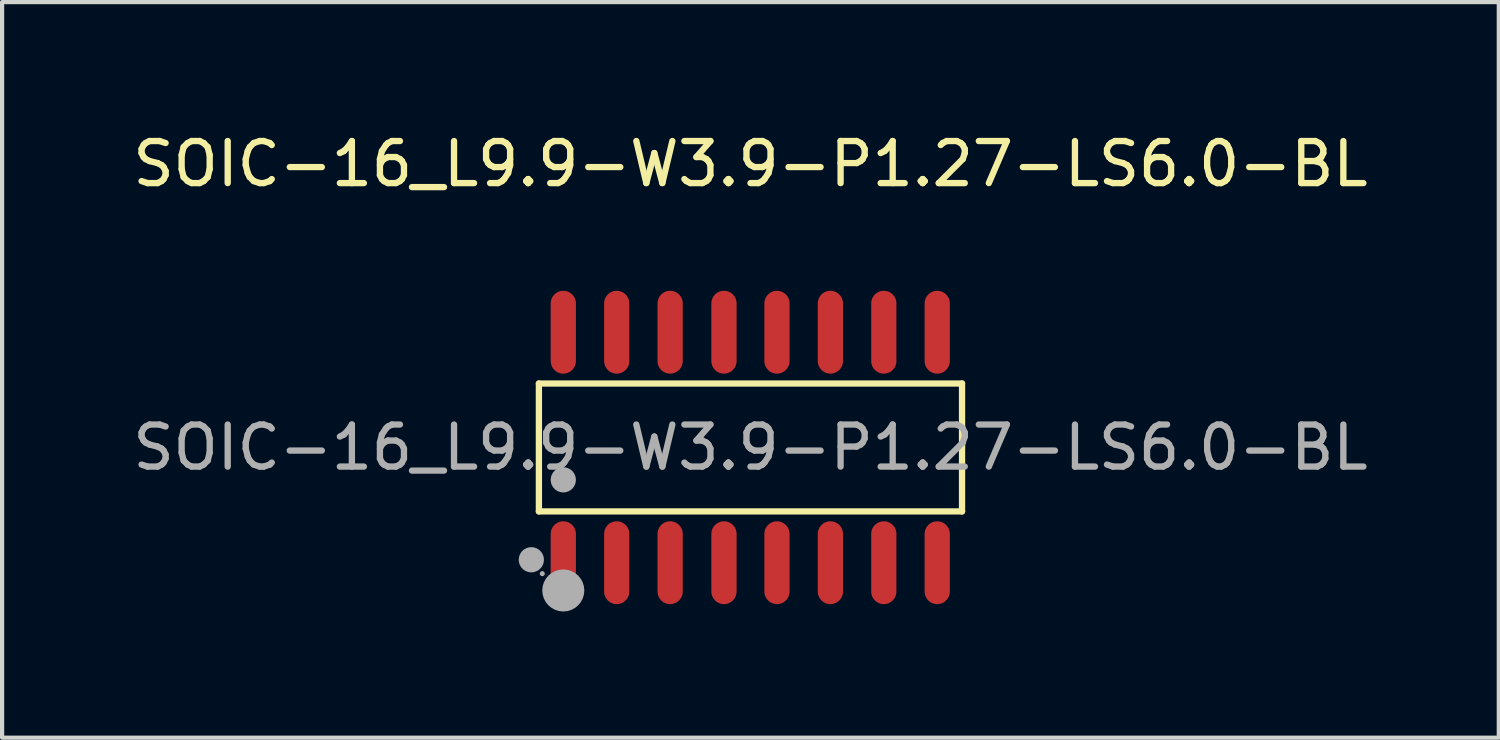
<source format=kicad_pcb>
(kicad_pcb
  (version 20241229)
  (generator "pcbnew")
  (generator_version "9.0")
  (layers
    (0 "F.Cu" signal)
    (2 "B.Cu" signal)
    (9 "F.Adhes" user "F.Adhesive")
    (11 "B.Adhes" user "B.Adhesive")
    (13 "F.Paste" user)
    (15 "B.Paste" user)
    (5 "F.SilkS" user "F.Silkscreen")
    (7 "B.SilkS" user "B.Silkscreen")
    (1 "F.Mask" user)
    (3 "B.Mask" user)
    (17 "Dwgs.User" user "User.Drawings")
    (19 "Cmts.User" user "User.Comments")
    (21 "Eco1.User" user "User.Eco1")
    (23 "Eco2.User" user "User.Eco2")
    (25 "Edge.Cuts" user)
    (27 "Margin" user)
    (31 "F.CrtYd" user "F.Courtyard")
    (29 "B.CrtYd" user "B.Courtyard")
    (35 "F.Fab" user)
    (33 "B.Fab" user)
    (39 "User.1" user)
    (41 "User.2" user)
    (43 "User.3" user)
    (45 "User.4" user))
  (footprint "SOIC-16_L9.9-W3.9-P1.27-LS6.0-BL"
    (layer "F.Cu")
    (at 14.792 7.588)
    (property "Reference" "SOIC-16_L9.9-W3.9-P1.27-LS6.0-BL" (at 0 -6.74 0) (layer "F.SilkS") (effects (font (size 1 1) (thickness 0.15))))
    (attr smd)
    (fp_line (start -5.03 -1.52) (end 5.03 -1.52) (stroke (width 0.15) (type solid)) (layer "F.SilkS"))
    (fp_line (start -5.03 1.52) (end -5.03 -1.52) (stroke (width 0.15) (type solid)) (layer "F.SilkS"))
    (fp_line (start 5.03 -1.52) (end 5.03 1.52) (stroke (width 0.15) (type solid)) (layer "F.SilkS"))
    (fp_line (start 5.03 1.52) (end -5.03 1.52) (stroke (width 0.15) (type solid)) (layer "F.SilkS"))
    (fp_circle (center -5.21 2.67) (end -5.06 2.67) (stroke (width 0.3) (type solid)) (fill no) (layer "F.Fab"))
    (fp_circle (center -4.95 3) (end -4.92 3) (stroke (width 0.06) (type solid)) (fill no) (layer "F.Fab"))
    (fp_circle (center -4.45 0.77) (end -4.3 0.77) (stroke (width 0.3) (type solid)) (fill no) (layer "F.Fab"))
    (fp_circle (center -4.45 3.4) (end -4.2 3.4) (stroke (width 0.5) (type solid)) (fill no) (layer "F.Fab"))
    (fp_text user "${REFERENCE}" (at 0 0 0) (layer "F.Fab") (effects (font (size 1 1) (thickness 0.15))))
    (pad "1" smd oval (at -4.45 2.74) (size 0.6 1.97) (layers "F.Cu" "F.Mask" "F.Paste"))
    (pad "2" smd oval (at -3.18 2.74) (size 0.6 1.97) (layers "F.Cu" "F.Mask" "F.Paste"))
    (pad "3" smd oval (at -1.91 2.74) (size 0.6 1.97) (layers "F.Cu" "F.Mask" "F.Paste"))
    (pad "4" smd oval (at -0.63 2.74) (size 0.6 1.97) (layers "F.Cu" "F.Mask" "F.Paste"))
    (pad "5" smd oval (at 0.63 2.74) (size 0.6 1.97) (layers "F.Cu" "F.Mask" "F.Paste"))
    (pad "6" smd oval (at 1.9 2.74) (size 0.6 1.97) (layers "F.Cu" "F.Mask" "F.Paste"))
    (pad "7" smd oval (at 3.17 2.74) (size 0.6 1.97) (layers "F.Cu" "F.Mask" "F.Paste"))
    (pad "8" smd oval (at 4.44 2.74) (size 0.6 1.97) (layers "F.Cu" "F.Mask" "F.Paste"))
    (pad "9" smd oval (at 4.44 -2.74) (size 0.6 1.97) (layers "F.Cu" "F.Mask" "F.Paste"))
    (pad "10" smd oval (at 3.17 -2.74) (size 0.6 1.97) (layers "F.Cu" "F.Mask" "F.Paste"))
    (pad "11" smd oval (at 1.9 -2.74) (size 0.6 1.97) (layers "F.Cu" "F.Mask" "F.Paste"))
    (pad "12" smd oval (at 0.63 -2.74) (size 0.6 1.97) (layers "F.Cu" "F.Mask" "F.Paste"))
    (pad "13" smd oval (at -0.63 -2.74) (size 0.6 1.97) (layers "F.Cu" "F.Mask" "F.Paste"))
    (pad "14" smd oval (at -1.91 -2.74) (size 0.6 1.97) (layers "F.Cu" "F.Mask" "F.Paste"))
    (pad "15" smd oval (at -3.18 -2.74) (size 0.6 1.97) (layers "F.Cu" "F.Mask" "F.Paste"))
    (pad "16" smd oval (at -4.45 -2.74) (size 0.6 1.97) (layers "F.Cu" "F.Mask" "F.Paste")))
  (gr_rect
    (start -3 -3)
    (end 32.583 14.488)
    (stroke (width 0.1) (type default))
    (fill no)
    (layer "Edge.Cuts")))
</source>
